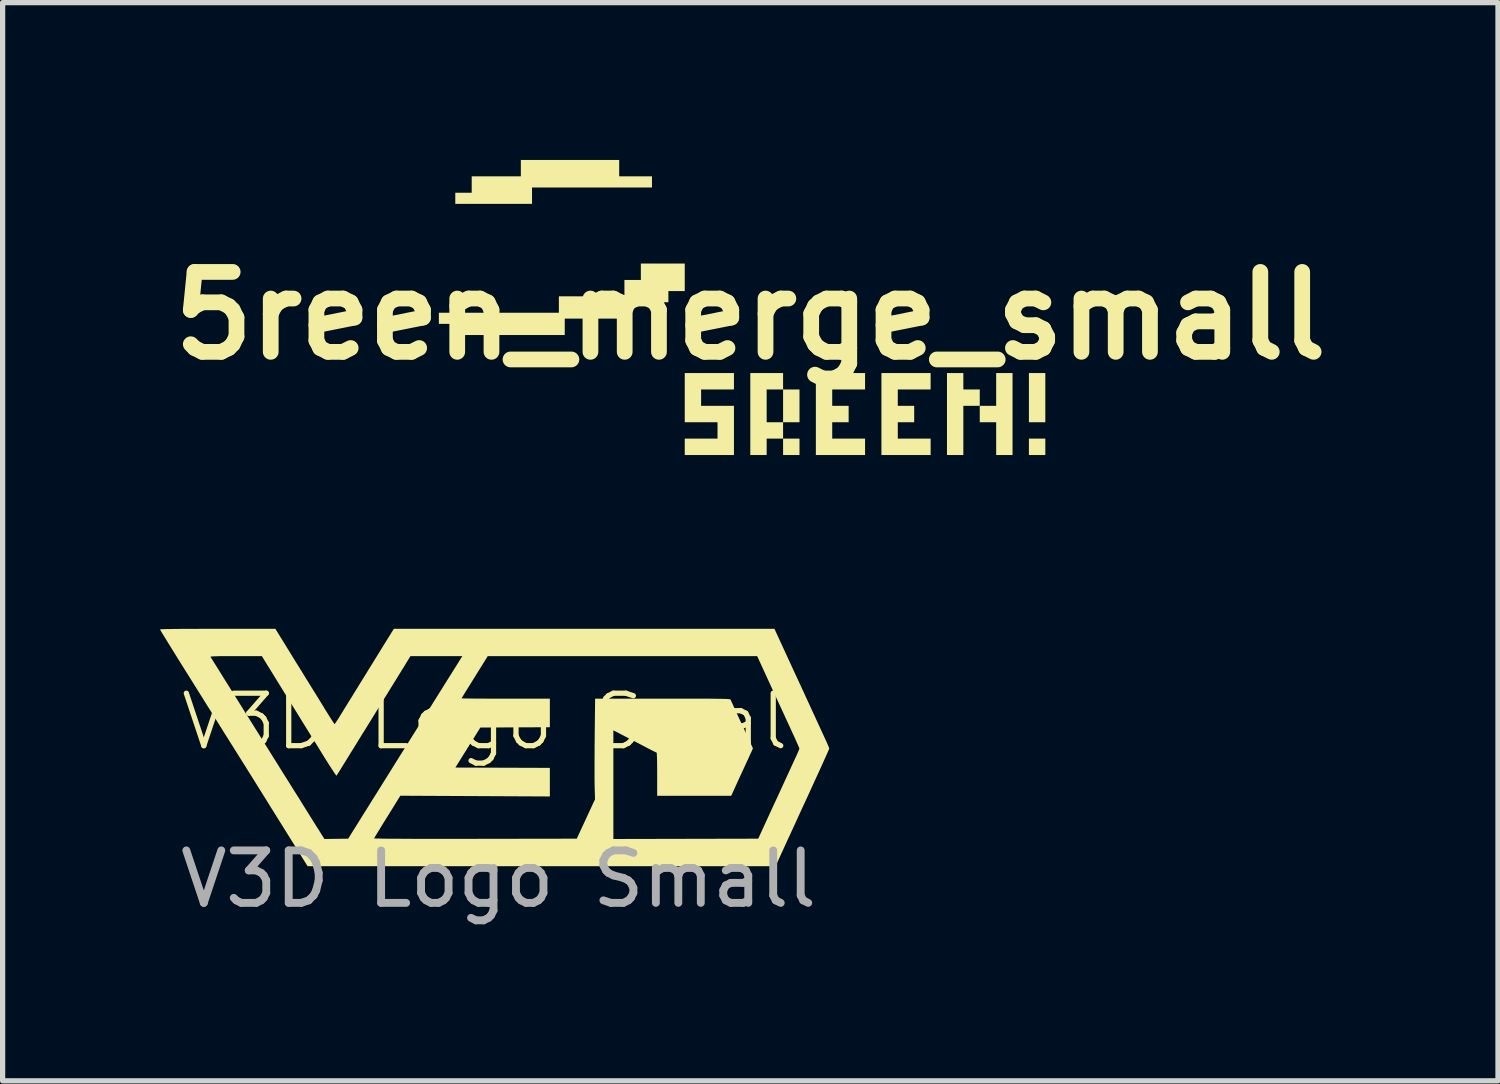
<source format=kicad_pcb>
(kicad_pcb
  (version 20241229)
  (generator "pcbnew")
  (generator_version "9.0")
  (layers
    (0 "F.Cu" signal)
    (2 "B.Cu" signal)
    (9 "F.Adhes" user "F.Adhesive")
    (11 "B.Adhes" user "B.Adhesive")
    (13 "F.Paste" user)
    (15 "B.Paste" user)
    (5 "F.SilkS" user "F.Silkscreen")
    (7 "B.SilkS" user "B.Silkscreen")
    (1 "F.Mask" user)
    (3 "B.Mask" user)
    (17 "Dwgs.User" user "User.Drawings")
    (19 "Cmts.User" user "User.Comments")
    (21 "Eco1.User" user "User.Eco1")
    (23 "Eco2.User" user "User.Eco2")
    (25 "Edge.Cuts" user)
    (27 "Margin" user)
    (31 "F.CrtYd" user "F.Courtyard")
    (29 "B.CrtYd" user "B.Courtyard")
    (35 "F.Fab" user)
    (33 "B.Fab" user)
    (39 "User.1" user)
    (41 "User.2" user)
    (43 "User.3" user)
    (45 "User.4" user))
  (footprint "V3D Logo Small"
    (layer "F.Cu")
    (at 6.455 11.21)
    (property "Reference" "V3D Logo Small" (at 0 -0.5 0) (unlocked yes) (layer "F.SilkS") (effects (font (size 1 1) (thickness 0.1))))
    (attr board_only exclude_from_pos_files exclude_from_bom allow_missing_courtyard)
    (fp_poly (pts (xy -4.051 -1.941) (xy -3.989 -1.84) (xy -3.92 -1.728) (xy -3.848 -1.611) (xy -3.776 -1.496) (xy -3.71 -1.389) (xy -3.66 -1.308) (xy -3.601 -1.212) (xy -3.534 -1.104) (xy -3.465 -0.993) (xy -3.398 -0.884) (xy -3.337 -0.785) (xy -3.304 -0.73) (xy -3.258 -0.657) (xy -3.217 -0.591) (xy -3.182 -0.536) (xy -3.153 -0.492) (xy -3.135 -0.465) (xy -3.127 -0.455) (xy -3.122 -0.458) (xy -3.112 -0.47) (xy -3.097 -0.492) (xy -3.075 -0.526) (xy -3.044 -0.574) (xy -3.004 -0.639) (xy -2.952 -0.723) (xy -2.95 -0.727) (xy -2.925 -0.768) (xy -2.889 -0.826) (xy -2.845 -0.897) (xy -2.795 -0.977) (xy -2.742 -1.064) (xy -2.687 -1.152) (xy -2.666 -1.187) (xy -2.604 -1.287) (xy -2.536 -1.396) (xy -2.467 -1.509) (xy -2.398 -1.62) (xy -2.335 -1.722) (xy -2.281 -1.81) (xy -2.28 -1.811) (xy -2.231 -1.891) (xy -2.183 -1.969) (xy -2.138 -2.041) (xy -2.099 -2.104) (xy -2.068 -2.153) (xy -2.05 -2.183) (xy -1.995 -2.271) (xy 5.261 -2.271) (xy 5.483 -1.789) (xy 5.531 -1.684) (xy 5.578 -1.583) (xy 5.622 -1.487) (xy 5.662 -1.401) (xy 5.696 -1.327) (xy 5.724 -1.267) (xy 5.743 -1.225) (xy 5.75 -1.211) (xy 5.766 -1.177) (xy 5.79 -1.123) (xy 5.822 -1.055) (xy 5.858 -0.975) (xy 5.899 -0.887) (xy 5.942 -0.795) (xy 5.967 -0.739) (xy 6.013 -0.64) (xy 6.059 -0.539) (xy 6.104 -0.441) (xy 6.146 -0.35) (xy 6.183 -0.27) (xy 6.213 -0.205) (xy 6.223 -0.184) (xy 6.251 -0.123) (xy 6.275 -0.068) (xy 6.293 -0.025) (xy 6.304 0.004) (xy 6.306 0.012) (xy 6.301 0.026) (xy 6.287 0.059) (xy 6.264 0.112) (xy 6.233 0.181) (xy 6.195 0.265) (xy 6.151 0.363) (xy 6.101 0.473) (xy 6.046 0.592) (xy 5.987 0.721) (xy 5.926 0.855) (xy 5.906 0.898) (xy 5.84 1.042) (xy 5.774 1.184) (xy 5.71 1.324) (xy 5.649 1.458) (xy 5.591 1.584) (xy 5.538 1.699) (xy 5.49 1.802) (xy 5.45 1.89) (xy 5.418 1.961) (xy 5.394 2.012) (xy 5.283 2.256) (xy 0.822 2.256) (xy -3.64 2.256) (xy -4.324 1.16) (xy -4.418 1.008) (xy -4.51 0.861) (xy -4.598 0.72) (xy -4.682 0.585) (xy -4.761 0.459) (xy -4.833 0.343) (xy -4.899 0.239) (xy -4.956 0.148) (xy -5.004 0.071) (xy -5.042 0.011) (xy -5.068 -0.032) (xy -5.082 -0.054) (xy -5.111 -0.099) (xy -5.149 -0.16) (xy -5.194 -0.232) (xy -5.243 -0.309) (xy -5.291 -0.387) (xy -5.307 -0.412) (xy -5.338 -0.463) (xy -5.381 -0.531) (xy -5.434 -0.616) (xy -5.495 -0.714) (xy -5.564 -0.824) (xy -5.638 -0.943) (xy -5.717 -1.069) (xy -5.799 -1.2) (xy -5.882 -1.333) (xy -5.956 -1.451) (xy -6.035 -1.577) (xy -6.11 -1.697) (xy -6.135 -1.737) (xy -5.491 -1.737) (xy -5.491 -1.735) (xy -5.482 -1.721) (xy -5.461 -1.688) (xy -5.43 -1.637) (xy -5.388 -1.571) (xy -5.338 -1.49) (xy -5.279 -1.396) (xy -5.214 -1.291) (xy -5.142 -1.177) (xy -5.065 -1.054) (xy -4.984 -0.924) (xy -4.9 -0.789) (xy -4.814 -0.651) (xy -4.726 -0.511) (xy -4.638 -0.37) (xy -4.55 -0.23) (xy -4.465 -0.093) (xy -4.381 0.041) (xy -4.302 0.168) (xy -4.226 0.289) (xy -4.157 0.4) (xy -4.093 0.502) (xy -4.037 0.591) (xy -3.989 0.667) (xy -3.951 0.729) (xy -3.923 0.774) (xy -3.906 0.801) (xy -3.902 0.807) (xy -3.87 0.858) (xy -3.835 0.913) (xy -3.814 0.946) (xy -3.755 1.041) (xy -3.695 1.138) (xy -3.634 1.235) (xy -3.576 1.329) (xy -3.521 1.416) (xy -3.472 1.495) (xy -3.429 1.562) (xy -3.396 1.615) (xy -3.374 1.651) (xy -3.371 1.655) (xy -3.319 1.737) (xy -3.092 1.734) (xy -2.866 1.731) (xy -2.862 1.725) (xy -2.373 1.725) (xy -2.361 1.727) (xy -2.326 1.728) (xy -2.268 1.729) (xy -2.186 1.731) (xy -2.082 1.732) (xy -1.957 1.732) (xy -1.81 1.733) (xy -1.642 1.734) (xy -1.453 1.734) (xy -1.244 1.734) (xy -1.016 1.734) (xy -0.768 1.734) (xy -0.502 1.734) (xy -0.442 1.734) (xy 1.492 1.731) (xy 1.84 0.98) (xy 1.833 0.728) (xy 1.832 0.667) (xy 1.831 0.586) (xy 1.831 0.487) (xy 1.831 0.374) (xy 1.831 0.249) (xy 1.832 0.116) (xy 1.832 -0.021) (xy 1.834 -0.16) (xy 1.834 -0.232) (xy 1.842 -0.939) (xy 3.13 -0.939) (xy 3.335 -0.939) (xy 3.517 -0.939) (xy 3.677 -0.939) (xy 3.818 -0.939) (xy 3.939 -0.938) (xy 4.043 -0.938) (xy 4.131 -0.937) (xy 4.205 -0.936) (xy 4.265 -0.935) (xy 4.313 -0.934) (xy 4.35 -0.933) (xy 4.378 -0.931) (xy 4.398 -0.929) (xy 4.412 -0.926) (xy 4.42 -0.924) (xy 4.424 -0.921) (xy 4.426 -0.918) (xy 4.433 -0.902) (xy 4.448 -0.868) (xy 4.472 -0.816) (xy 4.502 -0.749) (xy 4.538 -0.67) (xy 4.579 -0.582) (xy 4.623 -0.486) (xy 4.643 -0.444) (xy 4.851 0.009) (xy 4.824 0.071) (xy 4.811 0.098) (xy 4.79 0.143) (xy 4.763 0.204) (xy 4.729 0.276) (xy 4.693 0.356) (xy 4.653 0.441) (xy 4.648 0.453) (xy 4.608 0.539) (xy 4.57 0.621) (xy 4.536 0.696) (xy 4.507 0.76) (xy 4.484 0.81) (xy 4.47 0.841) (xy 4.469 0.844) (xy 4.437 0.913) (xy 3.025 0.913) (xy 3.025 0.502) (xy 3.025 0.405) (xy 3.024 0.316) (xy 3.023 0.238) (xy 3.021 0.173) (xy 3.019 0.126) (xy 3.017 0.097) (xy 3.015 0.09) (xy 3.002 0.085) (xy 2.971 0.07) (xy 2.927 0.048) (xy 2.873 0.02) (xy 2.849 0.008) (xy 2.789 -0.024) (xy 2.715 -0.063) (xy 2.63 -0.107) (xy 2.543 -0.152) (xy 2.458 -0.196) (xy 2.441 -0.205) (xy 2.19 -0.335) (xy 2.19 1.737) (xy 4.952 1.731) (xy 5.091 1.428) (xy 5.179 1.237) (xy 5.257 1.067) (xy 5.327 0.917) (xy 5.387 0.786) (xy 5.439 0.673) (xy 5.483 0.577) (xy 5.52 0.497) (xy 5.55 0.432) (xy 5.573 0.382) (xy 5.59 0.344) (xy 5.601 0.32) (xy 5.623 0.272) (xy 5.651 0.212) (xy 5.679 0.152) (xy 5.687 0.134) (xy 5.708 0.086) (xy 5.725 0.046) (xy 5.735 0.02) (xy 5.737 0.012) (xy 5.732 -0.002) (xy 5.718 -0.035) (xy 5.696 -0.085) (xy 5.668 -0.149) (xy 5.634 -0.224) (xy 5.595 -0.308) (xy 5.564 -0.377) (xy 5.519 -0.473) (xy 5.467 -0.587) (xy 5.409 -0.713) (xy 5.348 -0.845) (xy 5.286 -0.98) (xy 5.225 -1.111) (xy 5.169 -1.234) (xy 5.161 -1.251) (xy 4.932 -1.75) (xy 2.364 -1.75) (xy -0.205 -1.75) (xy -0.454 -1.35) (xy -0.509 -1.261) (xy -0.56 -1.179) (xy -0.606 -1.106) (xy -0.644 -1.044) (xy -0.674 -0.995) (xy -0.694 -0.961) (xy -0.704 -0.945) (xy -0.704 -0.944) (xy -0.692 -0.944) (xy -0.658 -0.943) (xy -0.604 -0.942) (xy -0.531 -0.941) (xy -0.442 -0.94) (xy -0.338 -0.94) (xy -0.222 -0.939) (xy -0.095 -0.939) (xy 0.04 -0.939) (xy 0.137 -0.939) (xy 0.979 -0.939) (xy 0.979 -0.394) (xy 0.316 -0.391) (xy -0.346 -0.388) (xy -0.584 -0.007) (xy -0.822 0.375) (xy 0.078 0.378) (xy 0.979 0.381) (xy 0.979 0.926) (xy -1.872 0.912) (xy -2.12 1.313) (xy -2.176 1.402) (xy -2.227 1.485) (xy -2.272 1.559) (xy -2.311 1.622) (xy -2.341 1.672) (xy -2.362 1.707) (xy -2.372 1.724) (xy -2.373 1.725) (xy -2.862 1.725) (xy -2.768 1.573) (xy -2.744 1.536) (xy -2.71 1.481) (xy -2.665 1.409) (xy -2.612 1.323) (xy -2.55 1.224) (xy -2.48 1.113) (xy -2.404 0.99) (xy -2.321 0.859) (xy -2.234 0.719) (xy -2.142 0.572) (xy -2.047 0.42) (xy -1.95 0.264) (xy -1.85 0.105) (xy -1.75 -0.055) (xy -1.65 -0.215) (xy -1.55 -0.374) (xy -1.452 -0.531) (xy -1.357 -0.684) (xy -1.265 -0.831) (xy -1.177 -0.972) (xy -1.094 -1.104) (xy -1.017 -1.228) (xy -0.946 -1.341) (xy -0.883 -1.441) (xy -0.828 -1.529) (xy -0.782 -1.602) (xy -0.747 -1.659) (xy -0.722 -1.699) (xy -0.709 -1.72) (xy -0.707 -1.723) (xy -0.689 -1.75) (xy -1.184 -1.75) (xy -1.679 -1.75) (xy -1.759 -1.62) (xy -1.795 -1.56) (xy -1.843 -1.483) (xy -1.9 -1.391) (xy -1.964 -1.286) (xy -2.035 -1.172) (xy -2.109 -1.052) (xy -2.186 -0.928) (xy -2.263 -0.803) (xy -2.339 -0.68) (xy -2.412 -0.561) (xy -2.481 -0.45) (xy -2.543 -0.349) (xy -2.598 -0.262) (xy -2.642 -0.19) (xy -2.647 -0.182) (xy -2.702 -0.093) (xy -2.761 0.003) (xy -2.822 0.1) (xy -2.878 0.192) (xy -2.928 0.273) (xy -2.95 0.308) (xy -2.99 0.372) (xy -3.025 0.43) (xy -3.055 0.477) (xy -3.077 0.511) (xy -3.088 0.528) (xy -3.089 0.53) (xy -3.097 0.522) (xy -3.116 0.496) (xy -3.145 0.453) (xy -3.182 0.397) (xy -3.226 0.329) (xy -3.275 0.251) (xy -3.329 0.165) (xy -3.332 0.16) (xy -3.394 0.059) (xy -3.461 -0.05) (xy -3.53 -0.16) (xy -3.596 -0.267) (xy -3.657 -0.365) (xy -3.71 -0.451) (xy -3.731 -0.485) (xy -3.818 -0.626) (xy -3.906 -0.768) (xy -3.992 -0.907) (xy -4.076 -1.042) (xy -4.154 -1.169) (xy -4.227 -1.287) (xy -4.292 -1.393) (xy -4.348 -1.484) (xy -4.394 -1.558) (xy -4.41 -1.583) (xy -4.512 -1.75) (xy -5.006 -1.75) (xy -5.132 -1.75) (xy -5.236 -1.749) (xy -5.32 -1.749) (xy -5.384 -1.747) (xy -5.432 -1.746) (xy -5.464 -1.743) (xy -5.483 -1.741) (xy -5.491 -1.737) (xy -6.135 -1.737) (xy -6.18 -1.81) (xy -6.245 -1.914) (xy -6.302 -2.007) (xy -6.352 -2.088) (xy -6.393 -2.155) (xy -6.425 -2.207) (xy -6.445 -2.242) (xy -6.454 -2.258) (xy -6.455 -2.259) (xy -6.443 -2.261) (xy -6.407 -2.263) (xy -6.348 -2.265) (xy -6.267 -2.266) (xy -6.164 -2.268) (xy -6.039 -2.269) (xy -5.893 -2.27) (xy -5.727 -2.27) (xy -5.541 -2.271) (xy -5.355 -2.271) (xy -4.255 -2.271)) (stroke (width 0) (type solid)) (fill yes) (layer "F.SilkS"))
    (fp_text user "${REFERENCE}" (at 0 2.5 0) (unlocked yes) (layer "F.Fab") (effects (font (size 1 1) (thickness 0.15)))))
  (footprint "5reen_merge_small"
    (layer "F.Cu")
    (at 11.256 2.969)
    (property "Reference" "5reen_merge_small" (at 0 0 0) (layer "F.SilkS") (effects (font (size 1.524 1.524) (thickness 0.3))))
    (attr board_only exclude_from_pos_files exclude_from_bom allow_missing_courtyard)
    (fp_poly (pts (xy -2.812 2.969) (xy -4.062 2.969) (xy -4.062 2.657) (xy -2.812 2.657)) (stroke (width 0) (type solid)) (fill yes) (layer "F.Mask"))
    (fp_poly (pts (xy -1.562 1.407) (xy -1.875 1.407) (xy -1.875 1.719) (xy -2.188 1.719) (xy -2.188 2.344) (xy -4.688 2.344) (xy -4.688 2.032) (xy -3.75 2.032) (xy -3.125 2.032) (xy -3.125 1.407) (xy -2.188 1.407) (xy -2.188 0.781) (xy -3.125 0.781) (xy -3.125 1.407) (xy -3.75 1.407) (xy -3.75 2.032) (xy -4.688 2.032) (xy -4.688 1.719) (xy -5 1.719) (xy -5 1.407) (xy -4.688 1.407) (xy -3.75 1.407) (xy -3.75 0.781) (xy -4.688 0.781) (xy -4.688 1.407) (xy -5 1.407) (xy -5.312 1.407) (xy -5.312 0.469) (xy -3.438 0.469) (xy -3.438 0.156) (xy -2.188 0.156) (xy -2.188 -0.156) (xy -1.562 -0.156)) (stroke (width 0) (type solid)) (fill yes) (layer "F.Mask"))
    (fp_poly (pts (xy -1.562 -2.032) (xy -1.25 -2.032) (xy -1.25 -1.094) (xy -2.188 -1.094) (xy -2.188 -0.781) (xy -2.5 -0.781) (xy -2.5 -0.469) (xy -3.75 -0.469) (xy -3.75 -0.156) (xy -5.938 -0.156) (xy -5.938 -0.469) (xy -5 -0.469) (xy -4.062 -0.469) (xy -4.062 -1.094) (xy -3.75 -1.094) (xy -3.75 -0.781) (xy -2.812 -0.781) (xy -2.812 -1.094) (xy -3.125 -1.094) (xy -3.125 -1.719) (xy -2.812 -1.719) (xy -2.812 -2.032) (xy -3.75 -2.032) (xy -3.75 -1.407) (xy -4.062 -1.407) (xy -4.062 -1.719) (xy -5 -1.719) (xy -5 -1.407) (xy -4.688 -1.407) (xy -4.688 -0.781) (xy -5 -0.781) (xy -5 -0.469) (xy -5.938 -0.469) (xy -5.938 -1.719) (xy -5.625 -1.719) (xy -5.625 -2.032) (xy -4.062 -2.032) (xy -4.062 -2.344) (xy -1.562 -2.344)) (stroke (width 0) (type solid)) (fill yes) (layer "F.Mask"))
    (fp_poly (pts (xy 0.938 2.657) (xy 0.625 2.657) (xy 0.625 2.344) (xy 0.938 2.344)) (stroke (width 0) (type solid)) (fill yes) (layer "F.SilkS"))
    (fp_poly (pts (xy 5.625 2.032) (xy 5.312 2.032) (xy 5.312 1.094) (xy 5.625 1.094)) (stroke (width 0) (type solid)) (fill yes) (layer "F.SilkS"))
    (fp_poly (pts (xy 5.625 2.657) (xy 5.312 2.657) (xy 5.312 2.344) (xy 5.625 2.344)) (stroke (width 0) (type solid)) (fill yes) (layer "F.SilkS"))
    (fp_poly (pts (xy 4.062 1.407) (xy 4.375 1.407) (xy 4.375 1.719) (xy 4.062 1.719) (xy 4.062 2.657) (xy 3.75 2.657) (xy 3.75 1.094) (xy 4.062 1.094)) (stroke (width 0) (type solid)) (fill yes) (layer "F.SilkS"))
    (fp_poly (pts (xy 5 2.657) (xy 4.688 2.657) (xy 4.688 2.032) (xy 4.375 2.032) (xy 4.375 1.719) (xy 4.688 1.719) (xy 4.688 1.094) (xy 5 1.094)) (stroke (width 0) (type solid)) (fill yes) (layer "F.SilkS"))
    (fp_poly (pts (xy -2.5 -2.657) (xy -1.875 -2.657) (xy -1.875 -2.444) (xy -4.162 -2.444) (xy -4.162 -2.132) (xy -5.625 -2.132) (xy -5.625 -2.344) (xy -5.312 -2.344) (xy -5.312 -2.657) (xy -4.375 -2.657) (xy -4.375 -2.969) (xy -2.5 -2.969)) (stroke (width 0) (type solid)) (fill yes) (layer "F.SilkS"))
    (fp_poly (pts (xy -0.312 1.407) (xy -0.938 1.407) (xy -0.938 1.719) (xy -0.312 1.719) (xy -0.312 2.657) (xy -1.25 2.657) (xy -1.25 2.344) (xy -0.625 2.344) (xy -0.625 2.032) (xy -1.25 2.032) (xy -1.25 1.094) (xy -0.312 1.094)) (stroke (width 0) (type solid)) (fill yes) (layer "F.SilkS"))
    (fp_poly (pts (xy 2.188 1.407) (xy 1.562 1.407) (xy 1.562 1.719) (xy 1.875 1.719) (xy 1.875 2.032) (xy 1.562 2.032) (xy 1.562 2.344) (xy 2.188 2.344) (xy 2.188 2.657) (xy 1.25 2.657) (xy 1.25 1.094) (xy 2.188 1.094)) (stroke (width 0) (type solid)) (fill yes) (layer "F.SilkS"))
    (fp_poly (pts (xy 3.438 1.407) (xy 2.812 1.407) (xy 2.812 1.719) (xy 3.125 1.719) (xy 3.125 2.032) (xy 2.812 2.032) (xy 2.812 2.344) (xy 3.438 2.344) (xy 3.438 2.657) (xy 2.5 2.657) (xy 2.5 1.094) (xy 3.438 1.094)) (stroke (width 0) (type solid)) (fill yes) (layer "F.SilkS"))
    (fp_poly (pts (xy 0.938 1.407) (xy 0.938 2.032) (xy 0.625 2.032) (xy 0.625 2.344) (xy 0.312 2.344) (xy 0.312 2.657) (xy 0 2.657) (xy 0 2.032) (xy 0.312 2.032) (xy 0.625 2.032) (xy 0.625 1.407) (xy 0.312 1.407) (xy 0.312 2.032) (xy 0 2.032) (xy 0 1.094) (xy 0.625 1.094) (xy 0.625 1.407)) (stroke (width 0) (type solid)) (fill yes) (layer "F.SilkS"))
    (fp_poly (pts (xy -1.25 -0.469) (xy -1.562 -0.469) (xy -1.562 -0.256) (xy -2.288 -0.256) (xy -2.288 0.056) (xy -3.538 0.056) (xy -3.538 0.369) (xy -5.625 0.369) (xy -5.625 0.156) (xy -5.938 0.156) (xy -5.938 -0.056) (xy -3.65 -0.056) (xy -3.65 -0.369) (xy -2.4 -0.369) (xy -2.4 -0.681) (xy -2.087 -0.681) (xy -2.087 -0.994) (xy -1.25 -0.994)) (stroke (width 0) (type solid)) (fill yes) (layer "F.SilkS")))
  (gr_rect
    (start -3 -3)
    (end 25.512 17.558)
    (stroke (width 0.1) (type default))
    (fill no)
    (layer "Edge.Cuts")))
</source>
